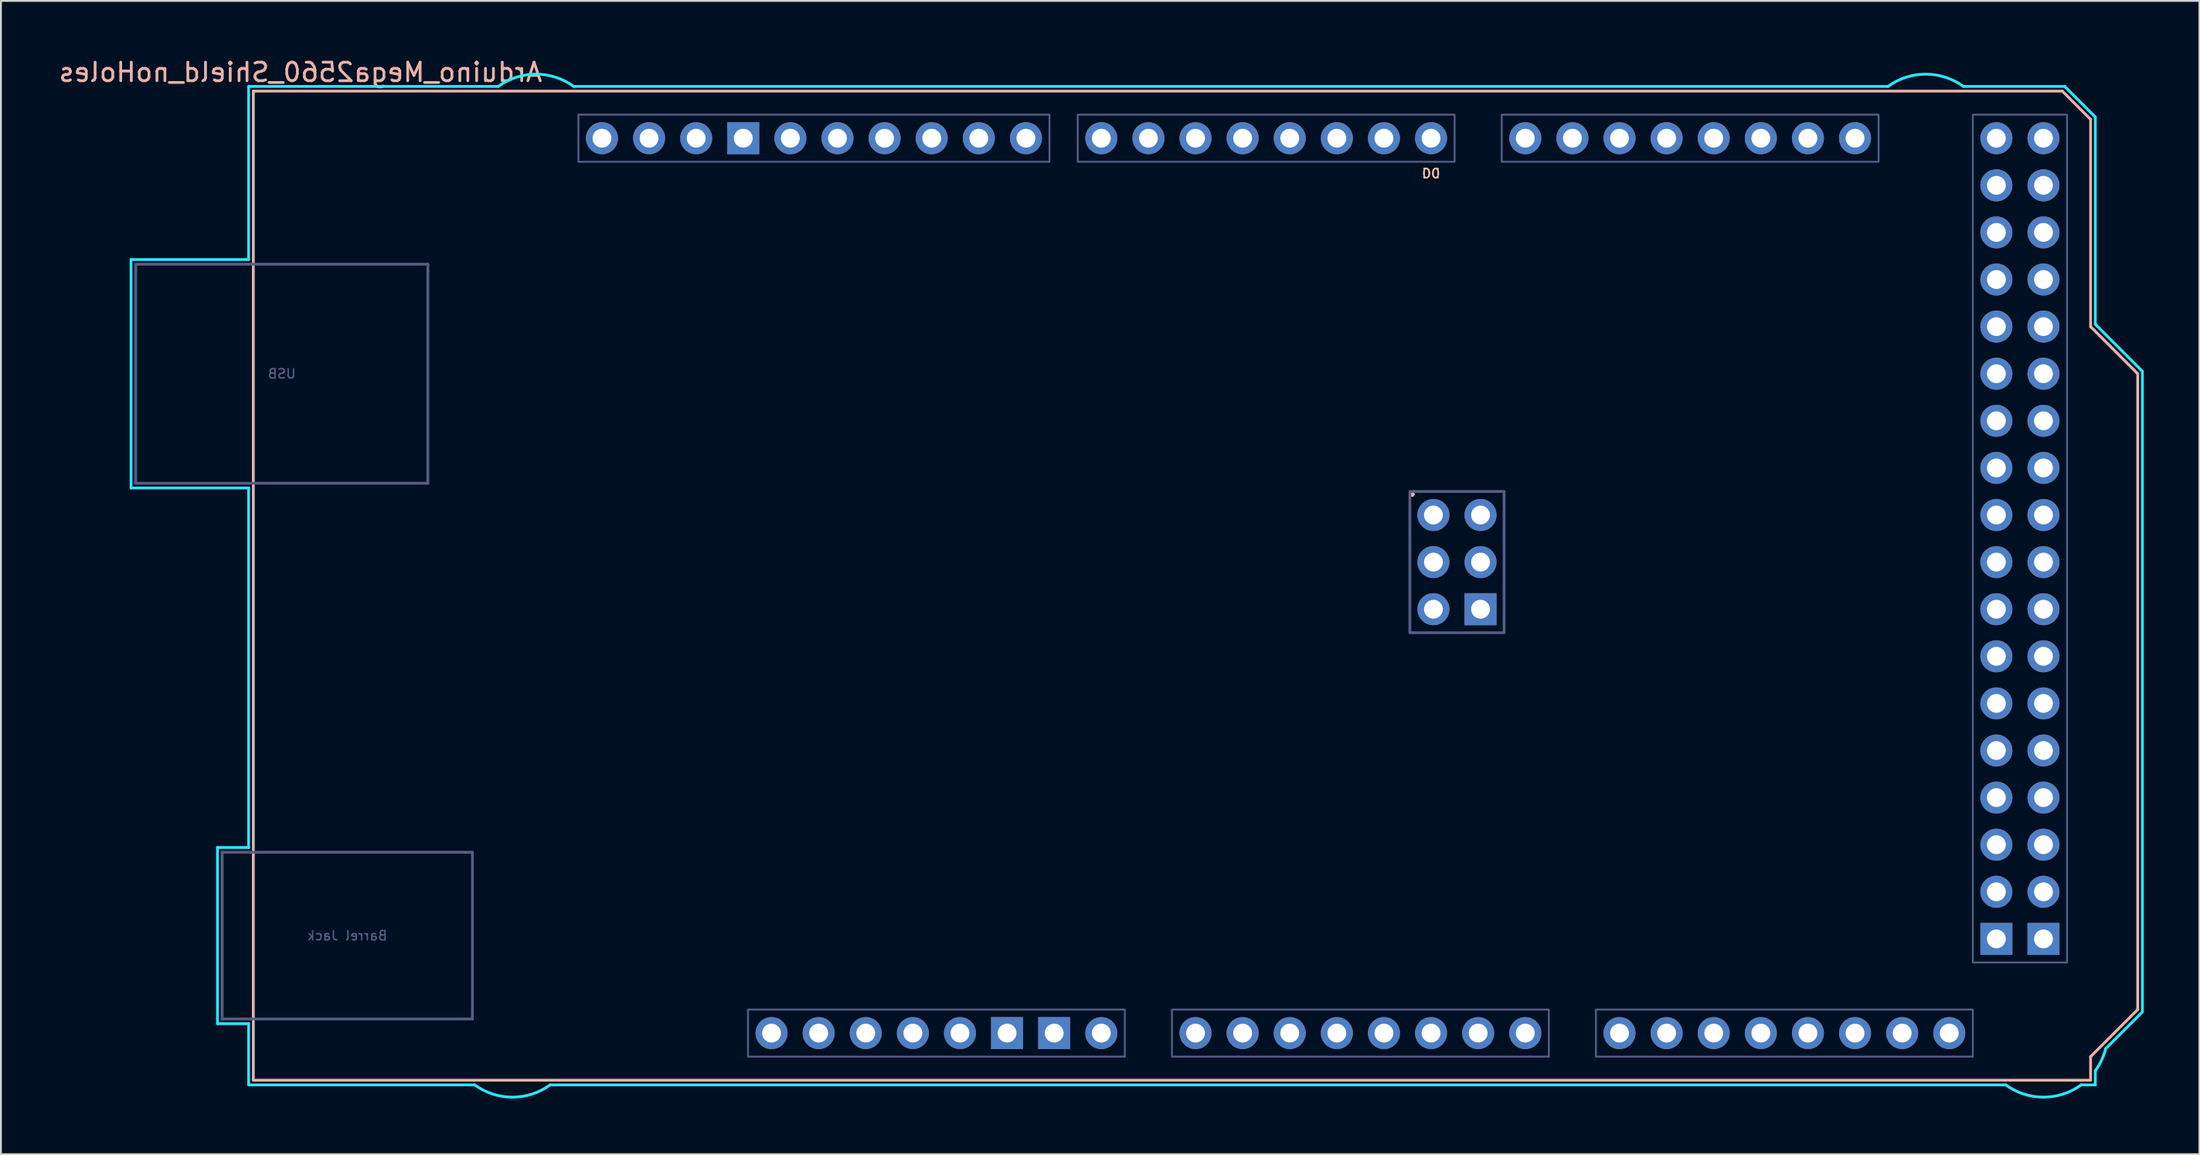
<source format=kicad_pcb>
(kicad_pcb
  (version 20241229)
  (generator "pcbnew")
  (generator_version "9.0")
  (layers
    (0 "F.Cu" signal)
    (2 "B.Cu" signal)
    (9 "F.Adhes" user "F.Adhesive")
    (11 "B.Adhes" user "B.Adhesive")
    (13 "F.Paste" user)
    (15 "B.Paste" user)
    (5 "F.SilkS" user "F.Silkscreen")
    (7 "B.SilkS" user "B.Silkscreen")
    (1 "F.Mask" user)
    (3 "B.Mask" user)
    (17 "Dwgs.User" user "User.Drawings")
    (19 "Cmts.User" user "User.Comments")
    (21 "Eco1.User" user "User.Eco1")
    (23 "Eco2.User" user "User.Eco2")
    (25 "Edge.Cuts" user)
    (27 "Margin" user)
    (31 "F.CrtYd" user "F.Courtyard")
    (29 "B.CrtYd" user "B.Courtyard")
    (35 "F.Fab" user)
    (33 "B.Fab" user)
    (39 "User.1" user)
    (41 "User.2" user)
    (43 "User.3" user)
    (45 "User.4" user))
  (footprint "Arduino_Mega2560_Shield_noHoles"
    (layer "F.Cu")
    (at 10.609 55.204)
    (property "Reference" "Arduino_Mega2560_Shield_noHoles" (at 2.54 -54.356 0) (layer "B.SilkS") (effects (font (size 1 1) (thickness 0.15)) (justify mirror)))
    (attr through_hole)
    (fp_line (start 0 -53.34) (end 0 0) (stroke (width 0.15) (type solid)) (layer "B.SilkS"))
    (fp_line (start 0 -53.34) (end 97.536 -53.34) (stroke (width 0.15) (type solid)) (layer "B.SilkS"))
    (fp_line (start 0 0) (end 99.06 0) (stroke (width 0.15) (type solid)) (layer "B.SilkS"))
    (fp_line (start 97.536 -53.34) (end 99.06 -51.816) (stroke (width 0.15) (type solid)) (layer "B.SilkS"))
    (fp_line (start 99.06 -40.64) (end 99.06 -51.816) (stroke (width 0.15) (type solid)) (layer "B.SilkS"))
    (fp_line (start 99.06 -1.27) (end 101.6 -3.81) (stroke (width 0.15) (type solid)) (layer "B.SilkS"))
    (fp_line (start 99.06 0) (end 99.06 -1.27) (stroke (width 0.15) (type solid)) (layer "B.SilkS"))
    (fp_line (start 101.6 -38.1) (end 99.06 -40.64) (stroke (width 0.15) (type solid)) (layer "B.SilkS"))
    (fp_line (start 101.6 -3.81) (end 101.6 -38.1) (stroke (width 0.15) (type solid)) (layer "B.SilkS"))
    (fp_line (start -6.594 -44.258) (end -0.254 -44.258) (stroke (width 0.15) (type solid)) (layer "B.CrtYd"))
    (fp_line (start -6.594 -31.94) (end -6.594 -44.258) (stroke (width 0.15) (type solid)) (layer "B.CrtYd"))
    (fp_line (start -1.934 -12.548) (end -1.934 -3.049) (stroke (width 0.15) (type solid)) (layer "B.CrtYd"))
    (fp_line (start -1.934 -12.548) (end -0.254 -12.548) (stroke (width 0.15) (type solid)) (layer "B.CrtYd"))
    (fp_line (start -1.934 -3.049) (end -0.254 -3.049) (stroke (width 0.15) (type solid)) (layer "B.CrtYd"))
    (fp_line (start -0.254 -53.594) (end -0.254 -44.258) (stroke (width 0.15) (type solid)) (layer "B.CrtYd"))
    (fp_line (start -0.254 -31.94) (end -6.594 -31.94) (stroke (width 0.15) (type solid)) (layer "B.CrtYd"))
    (fp_line (start -0.254 -31.94) (end -0.254 -12.548) (stroke (width 0.15) (type solid)) (layer "B.CrtYd"))
    (fp_line (start -0.254 -3.049) (end -0.254 0.254) (stroke (width 0.15) (type solid)) (layer "B.CrtYd"))
    (fp_line (start 11.938 0.254) (end -0.254 0.254) (stroke (width 0.15) (type solid)) (layer "B.CrtYd"))
    (fp_line (start 13.208 -53.594) (end -0.254 -53.594) (stroke (width 0.15) (type solid)) (layer "B.CrtYd"))
    (fp_line (start 16.002 0.254) (end 94.488 0.254) (stroke (width 0.15) (type solid)) (layer "B.CrtYd"))
    (fp_line (start 17.272 -53.594) (end 88.138 -53.594) (stroke (width 0.15) (type solid)) (layer "B.CrtYd"))
    (fp_line (start 97.663 -53.594) (end 92.202 -53.594) (stroke (width 0.15) (type solid)) (layer "B.CrtYd"))
    (fp_line (start 97.663 -53.594) (end 99.314 -51.943) (stroke (width 0.15) (type solid)) (layer "B.CrtYd"))
    (fp_line (start 99.314 -40.767) (end 99.314 -51.943) (stroke (width 0.15) (type solid)) (layer "B.CrtYd"))
    (fp_line (start 99.314 0.254) (end 98.552 0.254) (stroke (width 0.15) (type solid)) (layer "B.CrtYd"))
    (fp_line (start 99.314 0.254) (end 99.314 -0.508) (stroke (width 0.15) (type solid)) (layer "B.CrtYd"))
    (fp_line (start 99.873 -1.702) (end 101.854 -3.683) (stroke (width 0.15) (type solid)) (layer "B.CrtYd"))
    (fp_line (start 101.854 -38.227) (end 99.314 -40.767) (stroke (width 0.15) (type solid)) (layer "B.CrtYd"))
    (fp_line (start 101.854 -3.683) (end 101.854 -38.227) (stroke (width 0.15) (type solid)) (layer "B.CrtYd"))
    (fp_arc (start 13.208 -53.594) (mid 15.24 -54.254237) (end 17.272 -53.594) (stroke (width 0.15) (type solid)) (layer "B.CrtYd"))
    (fp_arc (start 16.002 0.254) (mid 13.97 0.914237) (end 11.938 0.254) (stroke (width 0.15) (type solid)) (layer "B.CrtYd"))
    (fp_arc (start 88.138 -53.594) (mid 90.17 -54.254237) (end 92.202 -53.594) (stroke (width 0.15) (type solid)) (layer "B.CrtYd"))
    (fp_arc (start 98.552 0.254) (mid 96.52 0.914237) (end 94.488 0.254) (stroke (width 0.15) (type solid)) (layer "B.CrtYd"))
    (fp_arc (start 99.8728 -1.7018) (mid 99.650925 -1.077973) (end 99.314 -0.508) (stroke (width 0.15) (type solid)) (layer "B.CrtYd"))
    (fp_line (start -6.34 -44.004) (end 9.41 -44.004) (stroke (width 0.15) (type solid)) (layer "B.Fab"))
    (fp_line (start -6.34 -32.194) (end -6.34 -44.004) (stroke (width 0.15) (type solid)) (layer "B.Fab"))
    (fp_line (start -6.34 -32.194) (end 9.41 -32.194) (stroke (width 0.15) (type solid)) (layer "B.Fab"))
    (fp_line (start -1.68 -12.294) (end -1.68 -3.303) (stroke (width 0.15) (type solid)) (layer "B.Fab"))
    (fp_line (start -1.68 -12.294) (end 11.81 -12.294) (stroke (width 0.15) (type solid)) (layer "B.Fab"))
    (fp_line (start -1.68 -3.303) (end 11.81 -3.303) (stroke (width 0.15) (type solid)) (layer "B.Fab"))
    (fp_line (start 9.41 -32.194) (end 9.41 -44.004) (stroke (width 0.15) (type solid)) (layer "B.Fab"))
    (fp_line (start 11.81 -12.294) (end 11.81 -3.303) (stroke (width 0.15) (type solid)) (layer "B.Fab"))
    (fp_rect (start 17.526 -52.07) (end 42.926 -49.53) (stroke (width 0.1) (type solid)) (fill no) (layer "B.Fab"))
    (fp_rect (start 26.67 -3.81) (end 46.99 -1.27) (stroke (width 0.1) (type solid)) (fill no) (layer "B.Fab"))
    (fp_rect (start 44.45 -52.07) (end 64.77 -49.53) (stroke (width 0.1) (type solid)) (fill no) (layer "B.Fab"))
    (fp_rect (start 49.53 -3.81) (end 69.85 -1.27) (stroke (width 0.1) (type solid)) (fill no) (layer "B.Fab"))
    (fp_rect (start 62.357 -31.75) (end 67.437 -24.13) (stroke (width 0.15) (type solid)) (fill no) (layer "B.Fab"))
    (fp_rect (start 67.31 -52.07) (end 87.63 -49.53) (stroke (width 0.1) (type solid)) (fill no) (layer "B.Fab"))
    (fp_rect (start 72.39 -3.81) (end 92.71 -1.27) (stroke (width 0.1) (type solid)) (fill no) (layer "B.Fab"))
    (fp_rect (start 92.71 -52.07) (end 97.79 -6.35) (stroke (width 0.1) (type solid)) (fill no) (layer "B.Fab"))
    (fp_text user "." (at 62.484 -32.004 0) (layer "F.SilkS") (effects (font (size 1 1) (thickness 0.15))))
    (fp_text user "D0" (at 63.5 -48.895 0) (unlocked yes) (layer "F.SilkS") (effects (font (size 0.5 0.5) (thickness 0.075))))
    (fp_text user "." (at 62.484 -32.004 0) (layer "B.SilkS") (effects (font (size 1 1) (thickness 0.15))))
    (fp_text user "D0" (at 63.5 -48.895 0) (unlocked yes) (layer "B.SilkS") (effects (font (size 0.5 0.5) (thickness 0.075)) (justify mirror)))
    (fp_text user "USB" (at 1.535 -38.099 0) (layer "B.Fab") (effects (font (size 0.5 0.5) (thickness 0.075)) (justify mirror)))
    (fp_text user "Barrel Jack" (at 5.065 -7.798 0) (layer "B.Fab") (effects (font (size 0.5 0.5) (thickness 0.075)) (justify mirror)))
    (pad "" thru_hole oval (at 27.94 -2.54) (size 1.727 1.727) (drill 1.016) (layers "*.Cu" "*.Mask"))
    (pad "3V3" thru_hole oval (at 35.56 -2.54) (size 1.727 1.727) (drill 1.016) (layers "*.Cu" "*.Mask"))
    (pad "5V1" thru_hole oval (at 38.1 -2.54) (size 1.727 1.727) (drill 1.016) (layers "*.Cu" "*.Mask"))
    (pad "5V2" thru_hole oval (at 66.167 -30.48) (size 1.727 1.727) (drill 1.016) (layers "*.Cu" "*.Mask"))
    (pad "5V3" thru_hole oval (at 93.98 -50.8) (size 1.727 1.727) (drill 1.016) (layers "*.Cu" "*.Mask"))
    (pad "5V4" thru_hole oval (at 96.52 -50.8) (size 1.727 1.727) (drill 1.016) (layers "*.Cu" "*.Mask"))
    (pad "A0" thru_hole oval (at 50.8 -2.54) (size 1.727 1.727) (drill 1.016) (layers "*.Cu" "*.Mask"))
    (pad "A1" thru_hole oval (at 53.34 -2.54) (size 1.727 1.727) (drill 1.016) (layers "*.Cu" "*.Mask"))
    (pad "A2" thru_hole oval (at 55.88 -2.54) (size 1.727 1.727) (drill 1.016) (layers "*.Cu" "*.Mask"))
    (pad "A3" thru_hole oval (at 58.42 -2.54) (size 1.727 1.727) (drill 1.016) (layers "*.Cu" "*.Mask"))
    (pad "A4" thru_hole oval (at 60.96 -2.54) (size 1.727 1.727) (drill 1.016) (layers "*.Cu" "*.Mask"))
    (pad "A5" thru_hole oval (at 63.5 -2.54) (size 1.727 1.727) (drill 1.016) (layers "*.Cu" "*.Mask"))
    (pad "A6" thru_hole oval (at 66.04 -2.54) (size 1.727 1.727) (drill 1.016) (layers "*.Cu" "*.Mask"))
    (pad "A7" thru_hole oval (at 68.58 -2.54) (size 1.727 1.727) (drill 1.016) (layers "*.Cu" "*.Mask"))
    (pad "A8" thru_hole oval (at 73.66 -2.54) (size 1.727 1.727) (drill 1.016) (layers "*.Cu" "*.Mask"))
    (pad "A9" thru_hole oval (at 76.2 -2.54) (size 1.727 1.727) (drill 1.016) (layers "*.Cu" "*.Mask"))
    (pad "A10" thru_hole oval (at 78.74 -2.54) (size 1.727 1.727) (drill 1.016) (layers "*.Cu" "*.Mask"))
    (pad "A11" thru_hole oval (at 81.28 -2.54) (size 1.727 1.727) (drill 1.016) (layers "*.Cu" "*.Mask"))
    (pad "A12" thru_hole oval (at 83.82 -2.54) (size 1.727 1.727) (drill 1.016) (layers "*.Cu" "*.Mask"))
    (pad "A13" thru_hole oval (at 86.36 -2.54) (size 1.727 1.727) (drill 1.016) (layers "*.Cu" "*.Mask"))
    (pad "A14" thru_hole oval (at 88.9 -2.54) (size 1.727 1.727) (drill 1.016) (layers "*.Cu" "*.Mask"))
    (pad "A15" thru_hole oval (at 91.44 -2.54) (size 1.727 1.727) (drill 1.016) (layers "*.Cu" "*.Mask"))
    (pad "AREF" thru_hole oval (at 23.876 -50.8) (size 1.727 1.727) (drill 1.016) (layers "*.Cu" "*.Mask"))
    (pad "D0" thru_hole oval (at 63.5 -50.8) (size 1.727 1.727) (drill 1.016) (layers "*.Cu" "*.Mask"))
    (pad "D1" thru_hole oval (at 60.96 -50.8) (size 1.727 1.727) (drill 1.016) (layers "*.Cu" "*.Mask"))
    (pad "D2" thru_hole oval (at 58.42 -50.8) (size 1.727 1.727) (drill 1.016) (layers "*.Cu" "*.Mask"))
    (pad "D3" thru_hole oval (at 55.88 -50.8) (size 1.727 1.727) (drill 1.016) (layers "*.Cu" "*.Mask"))
    (pad "D4" thru_hole oval (at 53.34 -50.8) (size 1.727 1.727) (drill 1.016) (layers "*.Cu" "*.Mask"))
    (pad "D5" thru_hole oval (at 50.8 -50.8) (size 1.727 1.727) (drill 1.016) (layers "*.Cu" "*.Mask"))
    (pad "D6" thru_hole oval (at 48.26 -50.8) (size 1.727 1.727) (drill 1.016) (layers "*.Cu" "*.Mask"))
    (pad "D7" thru_hole oval (at 45.72 -50.8) (size 1.727 1.727) (drill 1.016) (layers "*.Cu" "*.Mask"))
    (pad "D8" thru_hole oval (at 41.656 -50.8) (size 1.727 1.727) (drill 1.016) (layers "*.Cu" "*.Mask"))
    (pad "D9" thru_hole oval (at 39.116 -50.8) (size 1.727 1.727) (drill 1.016) (layers "*.Cu" "*.Mask"))
    (pad "D10" thru_hole oval (at 36.576 -50.8) (size 1.727 1.727) (drill 1.016) (layers "*.Cu" "*.Mask"))
    (pad "D11" thru_hole oval (at 34.036 -50.8) (size 1.727 1.727) (drill 1.016) (layers "*.Cu" "*.Mask"))
    (pad "D12" thru_hole oval (at 31.496 -50.8) (size 1.727 1.727) (drill 1.016) (layers "*.Cu" "*.Mask"))
    (pad "D13" thru_hole oval (at 28.956 -50.8) (size 1.727 1.727) (drill 1.016) (layers "*.Cu" "*.Mask"))
    (pad "D14" thru_hole oval (at 68.58 -50.8) (size 1.727 1.727) (drill 1.016) (layers "*.Cu" "*.Mask"))
    (pad "D15" thru_hole oval (at 71.12 -50.8) (size 1.727 1.727) (drill 1.016) (layers "*.Cu" "*.Mask"))
    (pad "D16" thru_hole oval (at 73.66 -50.8) (size 1.727 1.727) (drill 1.016) (layers "*.Cu" "*.Mask"))
    (pad "D17" thru_hole oval (at 76.2 -50.8) (size 1.727 1.727) (drill 1.016) (layers "*.Cu" "*.Mask"))
    (pad "D18" thru_hole oval (at 78.74 -50.8) (size 1.727 1.727) (drill 1.016) (layers "*.Cu" "*.Mask"))
    (pad "D19" thru_hole oval (at 81.28 -50.8) (size 1.727 1.727) (drill 1.016) (layers "*.Cu" "*.Mask"))
    (pad "D20" thru_hole oval (at 83.82 -50.8) (size 1.727 1.727) (drill 1.016) (layers "*.Cu" "*.Mask"))
    (pad "D21" thru_hole oval (at 86.36 -50.8) (size 1.727 1.727) (drill 1.016) (layers "*.Cu" "*.Mask"))
    (pad "D22" thru_hole oval (at 93.98 -48.26) (size 1.727 1.727) (drill 1.016) (layers "*.Cu" "*.Mask"))
    (pad "D23" thru_hole oval (at 96.52 -48.26) (size 1.727 1.727) (drill 1.016) (layers "*.Cu" "*.Mask"))
    (pad "D24" thru_hole oval (at 93.98 -45.72) (size 1.727 1.727) (drill 1.016) (layers "*.Cu" "*.Mask"))
    (pad "D25" thru_hole oval (at 96.52 -45.72) (size 1.727 1.727) (drill 1.016) (layers "*.Cu" "*.Mask"))
    (pad "D26" thru_hole oval (at 93.98 -43.18) (size 1.727 1.727) (drill 1.016) (layers "*.Cu" "*.Mask"))
    (pad "D27" thru_hole oval (at 96.52 -43.18) (size 1.727 1.727) (drill 1.016) (layers "*.Cu" "*.Mask"))
    (pad "D28" thru_hole oval (at 93.98 -40.64) (size 1.727 1.727) (drill 1.016) (layers "*.Cu" "*.Mask"))
    (pad "D29" thru_hole oval (at 96.52 -40.64) (size 1.727 1.727) (drill 1.016) (layers "*.Cu" "*.Mask"))
    (pad "D30" thru_hole oval (at 93.98 -38.1) (size 1.727 1.727) (drill 1.016) (layers "*.Cu" "*.Mask"))
    (pad "D31" thru_hole oval (at 96.52 -38.1) (size 1.727 1.727) (drill 1.016) (layers "*.Cu" "*.Mask"))
    (pad "D32" thru_hole oval (at 93.98 -35.56) (size 1.727 1.727) (drill 1.016) (layers "*.Cu" "*.Mask"))
    (pad "D33" thru_hole oval (at 96.52 -35.56) (size 1.727 1.727) (drill 1.016) (layers "*.Cu" "*.Mask"))
    (pad "D34" thru_hole oval (at 93.98 -33.02) (size 1.727 1.727) (drill 1.016) (layers "*.Cu" "*.Mask"))
    (pad "D35" thru_hole oval (at 96.52 -33.02) (size 1.727 1.727) (drill 1.016) (layers "*.Cu" "*.Mask"))
    (pad "D36" thru_hole oval (at 93.98 -30.48) (size 1.727 1.727) (drill 1.016) (layers "*.Cu" "*.Mask"))
    (pad "D37" thru_hole oval (at 96.52 -30.48) (size 1.727 1.727) (drill 1.016) (layers "*.Cu" "*.Mask"))
    (pad "D38" thru_hole oval (at 93.98 -27.94) (size 1.727 1.727) (drill 1.016) (layers "*.Cu" "*.Mask"))
    (pad "D39" thru_hole oval (at 96.52 -27.94) (size 1.727 1.727) (drill 1.016) (layers "*.Cu" "*.Mask"))
    (pad "D40" thru_hole oval (at 93.98 -25.4) (size 1.727 1.727) (drill 1.016) (layers "*.Cu" "*.Mask"))
    (pad "D41" thru_hole oval (at 96.52 -25.4) (size 1.727 1.727) (drill 1.016) (layers "*.Cu" "*.Mask"))
    (pad "D42" thru_hole oval (at 93.98 -22.86) (size 1.727 1.727) (drill 1.016) (layers "*.Cu" "*.Mask"))
    (pad "D43" thru_hole oval (at 96.52 -22.86) (size 1.727 1.727) (drill 1.016) (layers "*.Cu" "*.Mask"))
    (pad "D44" thru_hole oval (at 93.98 -20.32) (size 1.727 1.727) (drill 1.016) (layers "*.Cu" "*.Mask"))
    (pad "D45" thru_hole oval (at 96.52 -20.32) (size 1.727 1.727) (drill 1.016) (layers "*.Cu" "*.Mask"))
    (pad "D46" thru_hole oval (at 93.98 -17.78) (size 1.727 1.727) (drill 1.016) (layers "*.Cu" "*.Mask"))
    (pad "D47" thru_hole oval (at 96.52 -17.78) (size 1.727 1.727) (drill 1.016) (layers "*.Cu" "*.Mask"))
    (pad "D48" thru_hole oval (at 93.98 -15.24) (size 1.727 1.727) (drill 1.016) (layers "*.Cu" "*.Mask"))
    (pad "D49" thru_hole oval (at 96.52 -15.24) (size 1.727 1.727) (drill 1.016) (layers "*.Cu" "*.Mask"))
    (pad "D50" thru_hole oval (at 93.98 -12.7) (size 1.727 1.727) (drill 1.016) (layers "*.Cu" "*.Mask"))
    (pad "D51" thru_hole oval (at 96.52 -12.7) (size 1.727 1.727) (drill 1.016) (layers "*.Cu" "*.Mask"))
    (pad "D52" thru_hole oval (at 93.98 -10.16) (size 1.727 1.727) (drill 1.016) (layers "*.Cu" "*.Mask"))
    (pad "D53" thru_hole oval (at 96.52 -10.16) (size 1.727 1.727) (drill 1.016) (layers "*.Cu" "*.Mask"))
    (pad "GND1" thru_hole rect (at 26.416 -50.8) (size 1.727 1.727) (drill 1.016) (layers "*.Cu" "*.Mask"))
    (pad "GND2" thru_hole rect (at 40.64 -2.54) (size 1.727 1.727) (drill 1.016) (layers "*.Cu" "*.Mask"))
    (pad "GND3" thru_hole rect (at 43.18 -2.54) (size 1.727 1.727) (drill 1.016) (layers "*.Cu" "*.Mask"))
    (pad "GND4" thru_hole rect (at 66.167 -25.4) (size 1.727 1.727) (drill 1.016) (layers "*.Cu" "*.Mask"))
    (pad "GND5" thru_hole rect (at 93.98 -7.62) (size 1.727 1.727) (drill 1.016) (layers "*.Cu" "*.Mask"))
    (pad "GND6" thru_hole rect (at 96.52 -7.62) (size 1.727 1.727) (drill 1.016) (layers "*.Cu" "*.Mask"))
    (pad "IORF" thru_hole oval (at 30.48 -2.54) (size 1.727 1.727) (drill 1.016) (layers "*.Cu" "*.Mask"))
    (pad "MISO" thru_hole oval (at 63.627 -30.48) (size 1.727 1.727) (drill 1.016) (layers "*.Cu" "*.Mask"))
    (pad "MOSI" thru_hole oval (at 66.167 -27.94) (size 1.727 1.727) (drill 1.016) (layers "*.Cu" "*.Mask"))
    (pad "RST1" thru_hole oval (at 33.02 -2.54) (size 1.727 1.727) (drill 1.016) (layers "*.Cu" "*.Mask"))
    (pad "RST2" thru_hole oval (at 63.627 -25.4) (size 1.727 1.727) (drill 1.016) (layers "*.Cu" "*.Mask"))
    (pad "SCK" thru_hole oval (at 63.627 -27.94) (size 1.727 1.727) (drill 1.016) (layers "*.Cu" "*.Mask"))
    (pad "SCL" thru_hole oval (at 18.796 -50.8) (size 1.727 1.727) (drill 1.016) (layers "*.Cu" "*.Mask"))
    (pad "SDA" thru_hole oval (at 21.336 -50.8) (size 1.727 1.727) (drill 1.016) (layers "*.Cu" "*.Mask"))
    (pad "VIN" thru_hole oval (at 45.72 -2.54) (size 1.727 1.727) (drill 1.016) (layers "*.Cu" "*.Mask")))
  (gr_rect
    (start -3 -3)
    (end 115.538 59.193)
    (stroke (width 0.1) (type default))
    (fill no)
    (layer "Edge.Cuts")))
</source>
